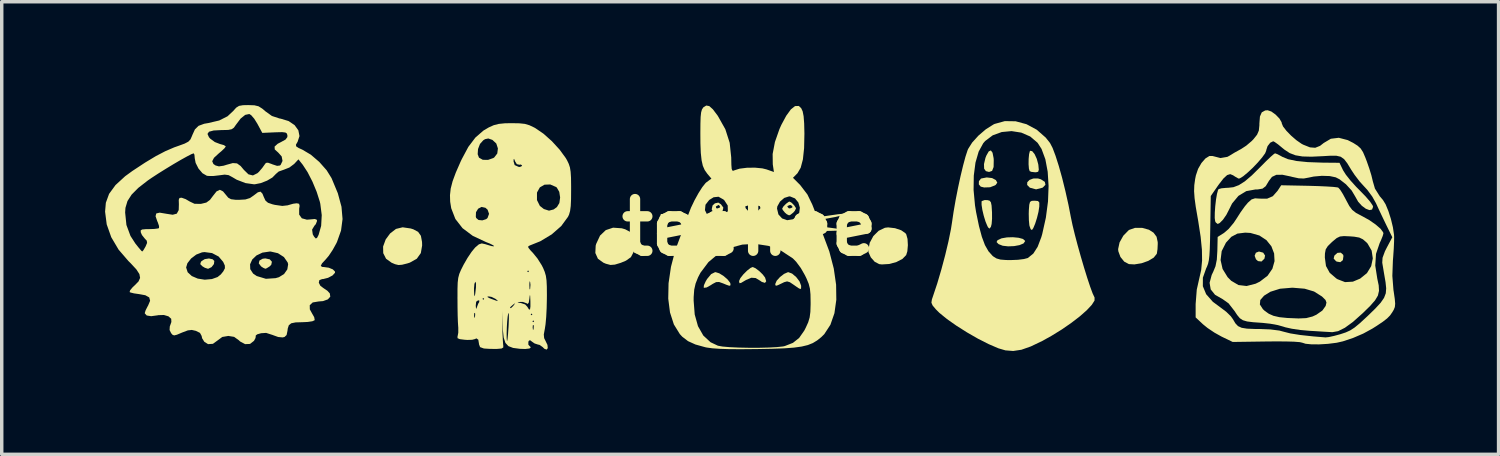
<source format=kicad_pcb>
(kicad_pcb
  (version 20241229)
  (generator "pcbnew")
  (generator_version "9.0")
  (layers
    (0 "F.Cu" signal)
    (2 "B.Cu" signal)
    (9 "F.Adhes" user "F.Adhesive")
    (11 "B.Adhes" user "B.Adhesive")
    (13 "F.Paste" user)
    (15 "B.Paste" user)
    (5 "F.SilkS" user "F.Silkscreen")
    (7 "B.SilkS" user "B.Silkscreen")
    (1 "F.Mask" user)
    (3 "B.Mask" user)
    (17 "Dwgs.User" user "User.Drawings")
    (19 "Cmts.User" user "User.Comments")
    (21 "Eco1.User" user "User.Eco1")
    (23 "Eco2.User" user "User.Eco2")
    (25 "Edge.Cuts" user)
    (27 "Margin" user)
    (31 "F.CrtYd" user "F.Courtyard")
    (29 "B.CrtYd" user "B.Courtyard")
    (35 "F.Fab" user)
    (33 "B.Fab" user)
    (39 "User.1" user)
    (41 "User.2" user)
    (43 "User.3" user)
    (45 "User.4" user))
  (footprint "teehee"
    (layer "F.Cu")
    (at 18.702 3.55)
    (property "Reference" "teehee" (at 0 0 0) (layer "F.SilkS") (effects (font (size 1.5 1.5) (thickness 0.3))))
    (attr board_only exclude_from_pos_files exclude_from_bom)
    (fp_poly (pts (xy 14.91 0.733) (xy 14.965 0.817) (xy 14.946 0.908) (xy 14.862 0.99) (xy 14.76 0.978) (xy 14.701 0.926) (xy 14.662 0.823) (xy 14.698 0.735) (xy 14.788 0.7)) (stroke (width 0) (type solid)) (fill yes) (layer "F.SilkS"))
    (fp_poly (pts (xy 17.229 0.791) (xy 17.24 0.829) (xy 17.223 0.95) (xy 17.149 1.01) (xy 17.044 0.992) (xy 17.021 0.977) (xy 16.956 0.905) (xy 16.975 0.825) (xy 16.98 0.815) (xy 17.066 0.739) (xy 17.161 0.732)) (stroke (width 0) (type solid)) (fill yes) (layer "F.SilkS"))
    (fp_poly (pts (xy -13.921 0.928) (xy -13.86 0.997) (xy -13.879 1.085) (xy -13.926 1.132) (xy -14.012 1.186) (xy -14.05 1.2) (xy -14.11 1.174) (xy -14.174 1.132) (xy -14.241 1.044) (xy -14.222 0.962) (xy -14.128 0.909) (xy -14.05 0.9)) (stroke (width 0) (type solid)) (fill yes) (layer "F.SilkS"))
    (fp_poly (pts (xy -15.579 0.926) (xy -15.532 0.974) (xy -15.543 1.064) (xy -15.612 1.153) (xy -15.706 1.199) (xy -15.719 1.2) (xy -15.806 1.172) (xy -15.876 1.13) (xy -15.94 1.066) (xy -15.921 1.002) (xy -15.904 0.98) (xy -15.81 0.921) (xy -15.687 0.902)) (stroke (width 0) (type solid)) (fill yes) (layer "F.SilkS"))
    (fp_poly (pts (xy 7.055 -2.168) (xy 7.086 -2.011) (xy 7.09 -1.951) (xy 7.086 -1.752) (xy 7.042 -1.64) (xy 6.954 -1.609) (xy 6.862 -1.633) (xy 6.811 -1.704) (xy 6.807 -1.839) (xy 6.849 -2.016) (xy 6.874 -2.081) (xy 6.945 -2.206) (xy 7.007 -2.234)) (stroke (width 0) (type solid)) (fill yes) (layer "F.SilkS"))
    (fp_poly (pts (xy 8.459 -1.396) (xy 8.572 -1.322) (xy 8.591 -1.238) (xy 8.515 -1.158) (xy 8.503 -1.152) (xy 8.319 -1.104) (xy 8.14 -1.152) (xy 8.137 -1.154) (xy 8.06 -1.232) (xy 8.063 -1.311) (xy 8.128 -1.378) (xy 8.237 -1.419) (xy 8.371 -1.421)) (stroke (width 0) (type solid)) (fill yes) (layer "F.SilkS"))
    (fp_poly (pts (xy 7.042 -1.432) (xy 7.151 -1.374) (xy 7.154 -1.37) (xy 7.193 -1.299) (xy 7.151 -1.238) (xy 7.126 -1.22) (xy 6.984 -1.165) (xy 6.811 -1.159) (xy 6.713 -1.183) (xy 6.657 -1.249) (xy 6.66 -1.342) (xy 6.718 -1.415) (xy 6.729 -1.42) (xy 6.886 -1.45)) (stroke (width 0) (type solid)) (fill yes) (layer "F.SilkS"))
    (fp_poly (pts (xy 7.811 0.301) (xy 7.937 0.335) (xy 7.998 0.388) (xy 8 0.401) (xy 7.955 0.465) (xy 7.839 0.514) (xy 7.681 0.543) (xy 7.508 0.55) (xy 7.349 0.532) (xy 7.232 0.486) (xy 7.23 0.485) (xy 7.172 0.425) (xy 7.198 0.375) (xy 7.208 0.367) (xy 7.318 0.317) (xy 7.474 0.29) (xy 7.647 0.285)) (stroke (width 0) (type solid)) (fill yes) (layer "F.SilkS"))
    (fp_poly (pts (xy 8.208 -2.211) (xy 8.277 -2.125) (xy 8.339 -1.99) (xy 8.382 -1.831) (xy 8.386 -1.802) (xy 8.398 -1.673) (xy 8.379 -1.615) (xy 8.316 -1.6) (xy 8.29 -1.6) (xy 8.182 -1.612) (xy 8.133 -1.633) (xy 8.111 -1.704) (xy 8.101 -1.834) (xy 8.103 -1.986) (xy 8.116 -2.125) (xy 8.138 -2.212) (xy 8.148 -2.224)) (stroke (width 0) (type solid)) (fill yes) (layer "F.SilkS"))
    (fp_poly (pts (xy 6.907 -0.792) (xy 6.97 -0.775) (xy 7.007 -0.73) (xy 7.027 -0.636) (xy 7.038 -0.467) (xy 7.04 -0.437) (xy 7.041 -0.252) (xy 7.029 -0.1) (xy 7.008 -0.017) (xy 6.968 0.035) (xy 6.93 0.004) (xy 6.906 -0.038) (xy 6.852 -0.168) (xy 6.801 -0.334) (xy 6.76 -0.506) (xy 6.737 -0.655) (xy 6.737 -0.749) (xy 6.744 -0.764) (xy 6.824 -0.793)) (stroke (width 0) (type solid)) (fill yes) (layer "F.SilkS"))
    (fp_poly (pts (xy 8.375 -0.766) (xy 8.413 -0.721) (xy 8.412 -0.607) (xy 8.411 -0.6) (xy 8.388 -0.449) (xy 8.345 -0.275) (xy 8.292 -0.108) (xy 8.238 0.02) (xy 8.199 0.076) (xy 8.162 0.052) (xy 8.128 -0.043) (xy 8.124 -0.061) (xy 8.11 -0.208) (xy 8.106 -0.398) (xy 8.109 -0.5) (xy 8.121 -0.657) (xy 8.143 -0.739) (xy 8.191 -0.77) (xy 8.275 -0.775)) (stroke (width 0) (type solid)) (fill yes) (layer "F.SilkS"))
    (fp_poly (pts (xy -9.833 0.031) (xy -9.756 0.055) (xy -9.617 0.129) (xy -9.536 0.244) (xy -9.503 0.423) (xy -9.5 0.524) (xy -9.538 0.745) (xy -9.655 0.909) (xy -9.856 1.022) (xy -9.931 1.046) (xy -10.084 1.084) (xy -10.187 1.092) (xy -10.286 1.068) (xy -10.387 1.025) (xy -10.547 0.91) (xy -10.629 0.748) (xy -10.633 0.555) (xy -10.558 0.35) (xy -10.43 0.176) (xy -10.259 0.044) (xy -10.066 -0.003)) (stroke (width 0) (type solid)) (fill yes) (layer "F.SilkS"))
    (fp_poly (pts (xy -3.705 0.026) (xy -3.606 0.055) (xy -3.469 0.127) (xy -3.389 0.237) (xy -3.354 0.41) (xy -3.35 0.539) (xy -3.37 0.73) (xy -3.442 0.865) (xy -3.583 0.965) (xy -3.734 1.028) (xy -3.906 1.08) (xy -4.034 1.09) (xy -4.166 1.055) (xy -4.238 1.025) (xy -4.398 0.91) (xy -4.473 0.743) (xy -4.463 0.529) (xy -4.449 0.479) (xy -4.336 0.237) (xy -4.17 0.079) (xy -3.958 0.008)) (stroke (width 0) (type solid)) (fill yes) (layer "F.SilkS"))
    (fp_poly (pts (xy 0.173 1.184) (xy 0.281 1.265) (xy 0.386 1.367) (xy 0.453 1.455) (xy 0.486 1.564) (xy 0.45 1.61) (xy 0.359 1.582) (xy 0.315 1.551) (xy 0.181 1.47) (xy 0.055 1.461) (xy -0.098 1.526) (xy -0.138 1.549) (xy -0.243 1.611) (xy -0.289 1.619) (xy -0.3 1.576) (xy -0.3 1.554) (xy -0.265 1.474) (xy -0.178 1.364) (xy -0.068 1.254) (xy 0.035 1.174) (xy 0.095 1.15)) (stroke (width 0) (type solid)) (fill yes) (layer "F.SilkS"))
    (fp_poly (pts (xy -0.877 1.332) (xy -0.752 1.41) (xy -0.636 1.51) (xy -0.562 1.605) (xy -0.55 1.645) (xy -0.555 1.686) (xy -0.586 1.694) (xy -0.667 1.666) (xy -0.764 1.626) (xy -0.882 1.584) (xy -0.968 1.588) (xy -1.071 1.642) (xy -1.119 1.674) (xy -1.242 1.743) (xy -1.318 1.753) (xy -1.328 1.745) (xy -1.321 1.677) (xy -1.268 1.562) (xy -1.229 1.497) (xy -1.112 1.356) (xy -1.001 1.301) (xy -0.98 1.3)) (stroke (width 0) (type solid)) (fill yes) (layer "F.SilkS"))
    (fp_poly (pts (xy -0.828 -0.671) (xy -0.758 -0.575) (xy -0.776 -0.489) (xy -0.829 -0.429) (xy -0.92 -0.359) (xy -0.995 -0.371) (xy -1.04 -0.41) (xy -1.096 -0.523) (xy -1.079 -0.6) (xy -0.975 -0.6) (xy -0.964 -0.557) (xy -0.928 -0.55) (xy -0.86 -0.576) (xy -0.85 -0.6) (xy -0.886 -0.649) (xy -0.897 -0.65) (xy -0.965 -0.614) (xy -0.975 -0.6) (xy -1.079 -0.6) (xy -1.07 -0.638) (xy -1.003 -0.698) (xy -0.903 -0.72)) (stroke (width 0) (type solid)) (fill yes) (layer "F.SilkS"))
    (fp_poly (pts (xy 4.225 0.023) (xy 4.404 0.083) (xy 4.527 0.169) (xy 4.551 0.202) (xy 4.588 0.335) (xy 4.598 0.515) (xy 4.583 0.692) (xy 4.549 0.803) (xy 4.44 0.915) (xy 4.265 1.005) (xy 4.055 1.062) (xy 3.842 1.075) (xy 3.763 1.065) (xy 3.634 0.997) (xy 3.522 0.87) (xy 3.456 0.721) (xy 3.45 0.667) (xy 3.49 0.448) (xy 3.596 0.251) (xy 3.75 0.098) (xy 3.932 0.011) (xy 4.024 0)) (stroke (width 0) (type solid)) (fill yes) (layer "F.SilkS"))
    (fp_poly (pts (xy 1.238 1.341) (xy 1.356 1.441) (xy 1.453 1.568) (xy 1.499 1.69) (xy 1.5 1.704) (xy 1.498 1.77) (xy 1.479 1.79) (xy 1.421 1.761) (xy 1.303 1.679) (xy 1.29 1.67) (xy 1.173 1.591) (xy 1.092 1.567) (xy 1.007 1.59) (xy 0.946 1.62) (xy 0.824 1.678) (xy 0.768 1.694) (xy 0.751 1.671) (xy 0.75 1.64) (xy 0.789 1.549) (xy 0.885 1.442) (xy 1.003 1.35) (xy 1.111 1.302) (xy 1.13 1.3)) (stroke (width 0) (type solid)) (fill yes) (layer "F.SilkS"))
    (fp_poly (pts (xy 11.396 0.013) (xy 11.595 0.068) (xy 11.728 0.153) (xy 11.816 0.271) (xy 11.849 0.426) (xy 11.85 0.48) (xy 11.843 0.632) (xy 11.826 0.749) (xy 11.82 0.77) (xy 11.732 0.878) (xy 11.575 0.972) (xy 11.378 1.041) (xy 11.172 1.074) (xy 11.013 1.065) (xy 10.878 0.994) (xy 10.767 0.858) (xy 10.706 0.692) (xy 10.7 0.631) (xy 10.742 0.436) (xy 10.851 0.241) (xy 11.002 0.086) (xy 11.024 0.071) (xy 11.192 0.013)) (stroke (width 0) (type solid)) (fill yes) (layer "F.SilkS"))
    (fp_poly (pts (xy 1.225 -0.715) (xy 1.299 -0.639) (xy 1.347 -0.565) (xy 1.35 -0.55) (xy 1.318 -0.484) (xy 1.271 -0.429) (xy 1.191 -0.366) (xy 1.15 -0.35) (xy 1.084 -0.382) (xy 1.029 -0.429) (xy 0.966 -0.507) (xy 0.95 -0.546) (xy 0.981 -0.6) (xy 1.1 -0.6) (xy 1.14 -0.556) (xy 1.175 -0.55) (xy 1.242 -0.577) (xy 1.25 -0.6) (xy 1.21 -0.644) (xy 1.175 -0.65) (xy 1.108 -0.623) (xy 1.1 -0.6) (xy 0.981 -0.6) (xy 0.984 -0.606) (xy 1.06 -0.684) (xy 1.137 -0.741) (xy 1.163 -0.75)) (stroke (width 0) (type solid)) (fill yes) (layer "F.SilkS"))
    (fp_poly (pts (xy 15.322 -2.126) (xy 15.434 -2.067) (xy 15.46 -2.051) (xy 15.629 -1.98) (xy 15.874 -1.928) (xy 16.202 -1.895) (xy 16.62 -1.88) (xy 16.675 -1.879) (xy 17.125 -1.875) (xy 17.229 -1.658) (xy 17.31 -1.53) (xy 17.444 -1.361) (xy 17.609 -1.178) (xy 17.717 -1.069) (xy 17.885 -0.896) (xy 18.013 -0.747) (xy 18.087 -0.638) (xy 18.1 -0.598) (xy 18.07 -0.518) (xy 17.994 -0.502) (xy 17.889 -0.542) (xy 17.774 -0.627) (xy 17.667 -0.745) (xy 17.586 -0.888) (xy 17.585 -0.891) (xy 17.477 -1.072) (xy 17.312 -1.252) (xy 17.127 -1.396) (xy 17.016 -1.453) (xy 16.841 -1.49) (xy 16.614 -1.497) (xy 16.376 -1.476) (xy 16.228 -1.445) (xy 16.088 -1.419) (xy 15.941 -1.425) (xy 15.747 -1.467) (xy 15.716 -1.476) (xy 15.469 -1.528) (xy 15.292 -1.526) (xy 15.165 -1.466) (xy 15.073 -1.345) (xy 15.069 -1.337) (xy 14.984 -1.196) (xy 14.891 -1.125) (xy 14.753 -1.102) (xy 14.685 -1.101) (xy 14.42 -1.053) (xy 14.192 -0.915) (xy 14.008 -0.694) (xy 13.923 -0.524) (xy 13.841 -0.364) (xy 13.743 -0.223) (xy 13.648 -0.127) (xy 13.59 -0.1) (xy 13.537 -0.14) (xy 13.517 -0.177) (xy 13.504 -0.272) (xy 13.506 -0.428) (xy 13.519 -0.615) (xy 13.541 -0.805) (xy 13.569 -0.971) (xy 13.599 -1.082) (xy 13.617 -1.112) (xy 13.701 -1.135) (xy 13.839 -1.148) (xy 13.888 -1.149) (xy 14.047 -1.167) (xy 14.205 -1.227) (xy 14.378 -1.337) (xy 14.579 -1.508) (xy 14.823 -1.749) (xy 14.843 -1.769) (xy 14.999 -1.926) (xy 15.13 -2.051) (xy 15.222 -2.13) (xy 15.255 -2.15)) (stroke (width 0) (type solid)) (fill yes) (layer "F.SilkS"))
    (fp_poly (pts (xy 7.726 -3.08) (xy 8.041 -2.995) (xy 8.338 -2.835) (xy 8.599 -2.606) (xy 8.723 -2.45) (xy 8.798 -2.306) (xy 8.884 -2.078) (xy 8.978 -1.783) (xy 9.075 -1.437) (xy 9.17 -1.053) (xy 9.26 -0.649) (xy 9.328 -0.299) (xy 9.376 -0.07) (xy 9.444 0.21) (xy 9.526 0.521) (xy 9.617 0.846) (xy 9.711 1.166) (xy 9.803 1.463) (xy 9.888 1.719) (xy 9.96 1.915) (xy 10.015 2.033) (xy 10.017 2.037) (xy 10.015 2.124) (xy 9.935 2.249) (xy 9.789 2.405) (xy 9.588 2.582) (xy 9.342 2.771) (xy 9.063 2.964) (xy 8.76 3.151) (xy 8.494 3.298) (xy 8.166 3.455) (xy 7.893 3.551) (xy 7.654 3.587) (xy 7.429 3.569) (xy 7.225 3.509) (xy 6.944 3.388) (xy 6.632 3.23) (xy 6.312 3.046) (xy 6.004 2.851) (xy 5.73 2.658) (xy 5.512 2.48) (xy 5.408 2.376) (xy 5.316 2.266) (xy 5.281 2.185) (xy 5.295 2.091) (xy 5.33 1.988) (xy 5.451 1.625) (xy 5.57 1.221) (xy 5.681 0.805) (xy 5.776 0.405) (xy 5.848 0.051) (xy 5.879 -0.146) (xy 5.925 -0.456) (xy 5.984 -0.796) (xy 6.041 -1.085) (xy 6.505 -1.085) (xy 6.546 -0.641) (xy 6.578 -0.443) (xy 6.661 -0.041) (xy 6.745 0.273) (xy 6.835 0.514) (xy 6.937 0.693) (xy 7.054 0.824) (xy 7.081 0.846) (xy 7.172 0.902) (xy 7.285 0.934) (xy 7.449 0.947) (xy 7.594 0.948) (xy 7.794 0.94) (xy 7.967 0.918) (xy 8.077 0.889) (xy 8.083 0.886) (xy 8.239 0.759) (xy 8.365 0.562) (xy 8.471 0.283) (xy 8.497 0.194) (xy 8.603 -0.282) (xy 8.665 -0.753) (xy 8.682 -1.202) (xy 8.656 -1.615) (xy 8.588 -1.978) (xy 8.478 -2.276) (xy 8.363 -2.455) (xy 8.149 -2.638) (xy 7.89 -2.751) (xy 7.607 -2.795) (xy 7.323 -2.768) (xy 7.061 -2.673) (xy 6.841 -2.508) (xy 6.784 -2.441) (xy 6.652 -2.199) (xy 6.56 -1.881) (xy 6.511 -1.504) (xy 6.505 -1.085) (xy 6.041 -1.085) (xy 6.053 -1.146) (xy 6.126 -1.485) (xy 6.2 -1.793) (xy 6.269 -2.05) (xy 6.329 -2.234) (xy 6.345 -2.274) (xy 6.464 -2.463) (xy 6.646 -2.664) (xy 6.861 -2.848) (xy 7.08 -2.986) (xy 7.115 -3.003) (xy 7.412 -3.085)) (stroke (width 0) (type solid)) (fill yes) (layer "F.SilkS"))
    (fp_poly (pts (xy 16.229 -1.207) (xy 16.505 -1.199) (xy 16.747 -1.188) (xy 16.939 -1.176) (xy 17.059 -1.162) (xy 17.09 -1.154) (xy 17.144 -1.094) (xy 17.223 -0.969) (xy 17.311 -0.806) (xy 17.315 -0.797) (xy 17.409 -0.622) (xy 17.496 -0.506) (xy 17.606 -0.42) (xy 17.773 -0.331) (xy 17.786 -0.325) (xy 17.993 -0.21) (xy 18.175 -0.083) (xy 18.315 0.038) (xy 18.391 0.14) (xy 18.4 0.175) (xy 18.379 0.25) (xy 18.327 0.378) (xy 18.292 0.453) (xy 18.185 0.767) (xy 18.163 1.108) (xy 18.222 1.487) (xy 18.263 1.683) (xy 18.272 1.84) (xy 18.24 1.978) (xy 18.157 2.117) (xy 18.016 2.278) (xy 17.808 2.482) (xy 17.795 2.494) (xy 17.516 2.743) (xy 17.282 2.913) (xy 17.086 3.011) (xy 16.918 3.041) (xy 16.9 3.04) (xy 16.798 3.034) (xy 16.625 3.024) (xy 16.407 3.01) (xy 16.25 3.001) (xy 15.985 2.977) (xy 15.741 2.941) (xy 15.552 2.899) (xy 15.5 2.882) (xy 15.337 2.836) (xy 15.119 2.796) (xy 14.891 2.771) (xy 14.875 2.77) (xy 14.62 2.752) (xy 14.443 2.73) (xy 14.321 2.694) (xy 14.233 2.636) (xy 14.157 2.545) (xy 14.078 2.426) (xy 13.931 2.237) (xy 14.814 2.237) (xy 14.902 2.373) (xy 14.954 2.421) (xy 15.073 2.506) (xy 15.209 2.566) (xy 15.382 2.606) (xy 15.612 2.629) (xy 15.921 2.642) (xy 15.93 2.643) (xy 16.158 2.633) (xy 16.342 2.586) (xy 16.455 2.534) (xy 16.629 2.412) (xy 16.723 2.28) (xy 16.724 2.277) (xy 16.747 2.181) (xy 16.719 2.106) (xy 16.627 2.015) (xy 16.61 2.001) (xy 16.386 1.86) (xy 16.113 1.779) (xy 15.773 1.751) (xy 15.744 1.751) (xy 15.398 1.78) (xy 15.119 1.868) (xy 14.936 1.982) (xy 14.826 2.108) (xy 14.814 2.237) (xy 13.931 2.237) (xy 13.906 2.205) (xy 13.735 2.083) (xy 13.731 2.081) (xy 13.512 1.955) (xy 13.387 1.799) (xy 13.355 1.608) (xy 13.416 1.38) (xy 13.461 1.286) (xy 13.526 1.128) (xy 13.562 0.948) (xy 13.674 0.948) (xy 13.732 1.206) (xy 13.878 1.444) (xy 13.982 1.549) (xy 14.192 1.673) (xy 14.429 1.701) (xy 14.691 1.634) (xy 14.815 1.573) (xy 15.038 1.403) (xy 15.178 1.199) (xy 15.24 0.979) (xy 15.234 0.874) (xy 16.7 0.874) (xy 16.733 1.121) (xy 16.841 1.317) (xy 17.034 1.483) (xy 17.071 1.505) (xy 17.286 1.588) (xy 17.513 1.575) (xy 17.725 1.486) (xy 17.922 1.327) (xy 18.045 1.124) (xy 18.092 0.899) (xy 18.058 0.674) (xy 17.94 0.469) (xy 17.907 0.434) (xy 17.805 0.346) (xy 17.699 0.295) (xy 17.551 0.269) (xy 17.433 0.26) (xy 17.255 0.252) (xy 17.139 0.264) (xy 17.045 0.309) (xy 16.937 0.398) (xy 16.906 0.425) (xy 16.786 0.542) (xy 16.725 0.638) (xy 16.703 0.757) (xy 16.7 0.874) (xy 15.234 0.874) (xy 15.228 0.757) (xy 15.148 0.548) (xy 15.004 0.369) (xy 14.8 0.235) (xy 14.541 0.161) (xy 14.389 0.152) (xy 14.162 0.18) (xy 13.986 0.273) (xy 13.83 0.443) (xy 13.706 0.688) (xy 13.674 0.948) (xy 13.562 0.948) (xy 13.564 0.943) (xy 13.579 0.697) (xy 13.58 0.676) (xy 13.589 0.277) (xy 13.774 0.16) (xy 13.91 0.042) (xy 14.056 -0.133) (xy 14.142 -0.263) (xy 14.257 -0.443) (xy 14.376 -0.609) (xy 14.465 -0.716) (xy 14.572 -0.811) (xy 14.674 -0.844) (xy 14.809 -0.835) (xy 15.025 -0.834) (xy 15.189 -0.905) (xy 15.327 -1.061) (xy 15.329 -1.064) (xy 15.433 -1.223)) (stroke (width 0) (type solid)) (fill yes) (layer "F.SilkS"))
    (fp_poly (pts (xy 15.148 -3.363) (xy 15.272 -3.273) (xy 15.382 -3.159) (xy 15.445 -3.05) (xy 15.45 -3.019) (xy 15.487 -2.929) (xy 15.585 -2.803) (xy 15.721 -2.663) (xy 15.874 -2.531) (xy 16.022 -2.428) (xy 16.07 -2.402) (xy 16.268 -2.323) (xy 16.421 -2.311) (xy 16.561 -2.367) (xy 16.667 -2.45) (xy 16.874 -2.573) (xy 17.105 -2.601) (xy 17.363 -2.534) (xy 17.524 -2.452) (xy 17.651 -2.371) (xy 17.739 -2.291) (xy 17.808 -2.184) (xy 17.877 -2.023) (xy 17.918 -1.915) (xy 17.99 -1.708) (xy 18.05 -1.514) (xy 18.085 -1.37) (xy 18.089 -1.35) (xy 18.154 -1.126) (xy 18.294 -0.904) (xy 18.385 -0.797) (xy 18.463 -0.671) (xy 18.543 -0.477) (xy 18.617 -0.246) (xy 18.675 -0.006) (xy 18.707 0.21) (xy 18.711 0.273) (xy 18.709 0.413) (xy 18.7 0.618) (xy 18.684 0.853) (xy 18.675 0.965) (xy 18.659 1.408) (xy 18.691 1.814) (xy 18.7 1.872) (xy 18.73 2.079) (xy 18.741 2.215) (xy 18.732 2.31) (xy 18.699 2.392) (xy 18.657 2.463) (xy 18.592 2.556) (xy 18.507 2.642) (xy 18.385 2.737) (xy 18.205 2.858) (xy 18.075 2.94) (xy 17.814 3.082) (xy 17.516 3.21) (xy 17.224 3.307) (xy 17.043 3.348) (xy 16.788 3.38) (xy 16.537 3.395) (xy 16.312 3.394) (xy 16.14 3.377) (xy 16.05 3.348) (xy 15.972 3.33) (xy 15.804 3.317) (xy 15.555 3.31) (xy 15.236 3.309) (xy 15 3.311) (xy 14.025 3.325) (xy 13.7 3.168) (xy 13.496 3.054) (xy 13.295 2.919) (xy 13.162 2.811) (xy 12.95 2.612) (xy 12.95 2.224) (xy 12.983 1.804) (xy 13.005 1.707) (xy 13.159 1.707) (xy 13.255 1.939) (xy 13.449 2.159) (xy 13.68 2.33) (xy 13.838 2.449) (xy 13.97 2.578) (xy 14.032 2.664) (xy 14.103 2.784) (xy 14.18 2.865) (xy 14.286 2.914) (xy 14.441 2.939) (xy 14.666 2.948) (xy 14.781 2.948) (xy 15.116 2.961) (xy 15.379 2.994) (xy 15.506 3.028) (xy 15.699 3.077) (xy 15.987 3.123) (xy 16.367 3.164) (xy 16.72 3.193) (xy 16.814 3.183) (xy 16.969 3.149) (xy 17.153 3.099) (xy 17.153 3.099) (xy 17.307 3.048) (xy 17.437 2.989) (xy 17.563 2.907) (xy 17.71 2.786) (xy 17.9 2.611) (xy 17.94 2.574) (xy 18.163 2.357) (xy 18.319 2.188) (xy 18.418 2.045) (xy 18.469 1.911) (xy 18.48 1.766) (xy 18.462 1.591) (xy 18.449 1.516) (xy 18.415 1.318) (xy 18.385 1.137) (xy 18.366 1.025) (xy 18.375 0.881) (xy 18.444 0.693) (xy 18.501 0.581) (xy 18.658 0.286) (xy 18.483 -0.069) (xy 18.378 -0.288) (xy 18.27 -0.515) (xy 18.185 -0.7) (xy 18.075 -0.896) (xy 17.932 -1.09) (xy 17.853 -1.175) (xy 17.712 -1.33) (xy 17.563 -1.525) (xy 17.464 -1.675) (xy 17.351 -1.861) (xy 17.258 -1.982) (xy 17.16 -2.051) (xy 17.034 -2.08) (xy 16.853 -2.08) (xy 16.649 -2.068) (xy 16.311 -2.052) (xy 16.05 -2.059) (xy 15.847 -2.093) (xy 15.68 -2.157) (xy 15.529 -2.256) (xy 15.471 -2.303) (xy 15.344 -2.408) (xy 15.244 -2.479) (xy 15.201 -2.5) (xy 15.115 -2.458) (xy 15.038 -2.359) (xy 15 -2.245) (xy 15 -2.233) (xy 14.967 -2.151) (xy 14.878 -2.028) (xy 14.753 -1.882) (xy 14.608 -1.73) (xy 14.46 -1.592) (xy 14.329 -1.483) (xy 14.23 -1.422) (xy 14.192 -1.418) (xy 14.096 -1.473) (xy 14.037 -1.512) (xy 13.954 -1.546) (xy 13.865 -1.519) (xy 13.759 -1.422) (xy 13.624 -1.248) (xy 13.582 -1.189) (xy 13.389 -0.911) (xy 13.374 0.037) (xy 13.368 0.375) (xy 13.36 0.63) (xy 13.349 0.818) (xy 13.333 0.954) (xy 13.31 1.057) (xy 13.278 1.142) (xy 13.255 1.19) (xy 13.16 1.459) (xy 13.159 1.707) (xy 13.005 1.707) (xy 13.054 1.488) (xy 13.111 1.237) (xy 13.137 0.962) (xy 13.132 0.646) (xy 13.095 0.272) (xy 13.026 -0.176) (xy 13.009 -0.275) (xy 12.953 -0.599) (xy 12.919 -0.849) (xy 12.905 -1.05) (xy 12.911 -1.226) (xy 12.935 -1.4) (xy 12.957 -1.509) (xy 13.021 -1.699) (xy 13.119 -1.869) (xy 13.234 -2.001) (xy 13.35 -2.073) (xy 13.438 -2.073) (xy 13.67 -2.013) (xy 13.87 -2.047) (xy 13.935 -2.082) (xy 14.075 -2.168) (xy 14.238 -2.258) (xy 14.265 -2.272) (xy 14.417 -2.371) (xy 14.575 -2.505) (xy 14.628 -2.559) (xy 14.733 -2.691) (xy 14.784 -2.809) (xy 14.8 -2.965) (xy 14.8 -3.015) (xy 14.816 -3.218) (xy 14.869 -3.339) (xy 14.968 -3.394) (xy 15.04 -3.4)) (stroke (width 0) (type solid)) (fill yes) (layer "F.SilkS"))
    (fp_poly (pts (xy -1.166 -3.521) (xy -1.062 -3.428) (xy -0.929 -3.252) (xy -0.916 -3.233) (xy -0.7 -2.849) (xy -0.574 -2.456) (xy -0.529 -2.028) (xy -0.529 -2.017) (xy -0.525 -1.818) (xy -0.516 -1.701) (xy -0.496 -1.649) (xy -0.462 -1.645) (xy -0.437 -1.657) (xy -0.285 -1.705) (xy -0.073 -1.731) (xy 0.16 -1.734) (xy 0.375 -1.713) (xy 0.493 -1.684) (xy 0.71 -1.608) (xy 0.677 -1.83) (xy 0.673 -2.13) (xy 0.739 -2.478) (xy 0.87 -2.852) (xy 0.925 -2.975) (xy 1.068 -3.241) (xy 1.202 -3.425) (xy 1.323 -3.521) (xy 1.426 -3.525) (xy 1.439 -3.519) (xy 1.501 -3.461) (xy 1.544 -3.369) (xy 1.572 -3.226) (xy 1.588 -3.017) (xy 1.595 -2.723) (xy 1.595 -2.719) (xy 1.586 -2.3) (xy 1.551 -1.973) (xy 1.487 -1.732) (xy 1.394 -1.572) (xy 1.38 -1.558) (xy 1.263 -1.44) (xy 1.473 -1.229) (xy 1.682 -0.955) (xy 1.826 -0.657) (xy 1.968 -0.294) (xy 2.159 -0.322) (xy 2.341 -0.349) (xy 2.537 -0.377) (xy 2.562 -0.381) (xy 2.698 -0.395) (xy 2.748 -0.389) (xy 2.723 -0.367) (xy 2.634 -0.337) (xy 2.493 -0.302) (xy 2.363 -0.278) (xy 2.18 -0.244) (xy 2.077 -0.21) (xy 2.032 -0.167) (xy 2.025 -0.124) (xy 2.04 -0.066) (xy 2.1 -0.029) (xy 2.227 -0.004) (xy 2.314 0.006) (xy 2.507 0.032) (xy 2.61 0.058) (xy 2.619 0.08) (xy 2.534 0.095) (xy 2.378 0.1) (xy 2.217 0.103) (xy 2.136 0.118) (xy 2.116 0.15) (xy 2.127 0.188) (xy 2.318 0.698) (xy 2.447 1.193) (xy 2.515 1.664) (xy 2.521 2.1) (xy 2.466 2.491) (xy 2.349 2.827) (xy 2.172 3.098) (xy 2.084 3.185) (xy 1.964 3.281) (xy 1.839 3.357) (xy 1.694 3.415) (xy 1.516 3.458) (xy 1.292 3.489) (xy 1.009 3.51) (xy 0.652 3.523) (xy 0.21 3.531) (xy 0.2 3.531) (xy -0.239 3.535) (xy -0.589 3.533) (xy -0.865 3.524) (xy -1.077 3.509) (xy -1.238 3.487) (xy -1.282 3.478) (xy -1.569 3.398) (xy -1.783 3.301) (xy -1.95 3.173) (xy -2.021 3.096) (xy -2.194 2.816) (xy -2.306 2.469) (xy -2.35 2.125) (xy -1.62 2.125) (xy -1.589 2.527) (xy -1.494 2.867) (xy -1.34 3.138) (xy -1.129 3.333) (xy -0.915 3.434) (xy -0.782 3.458) (xy -0.572 3.476) (xy -0.31 3.488) (xy -0.018 3.494) (xy 0.279 3.494) (xy 0.56 3.487) (xy 0.799 3.474) (xy 0.974 3.455) (xy 1.025 3.444) (xy 1.262 3.351) (xy 1.442 3.208) (xy 1.591 2.995) (xy 1.634 2.911) (xy 1.705 2.755) (xy 1.747 2.614) (xy 1.768 2.453) (xy 1.775 2.237) (xy 1.775 2.174) (xy 1.771 1.944) (xy 1.755 1.777) (xy 1.719 1.635) (xy 1.655 1.48) (xy 1.61 1.388) (xy 1.491 1.18) (xy 1.356 0.998) (xy 1.26 0.9) (xy 0.919 0.676) (xy 0.551 0.536) (xy 0.172 0.478) (xy -0.207 0.499) (xy -0.569 0.596) (xy -0.902 0.766) (xy -1.19 1.007) (xy -1.422 1.316) (xy -1.492 1.45) (xy -1.563 1.629) (xy -1.603 1.805) (xy -1.619 2.02) (xy -1.62 2.125) (xy -2.35 2.125) (xy -2.357 2.067) (xy -2.348 1.622) (xy -2.278 1.145) (xy -2.148 0.648) (xy -1.977 0.188) (xy -1.967 0.138) (xy -2.003 0.112) (xy -2.107 0.101) (xy -2.228 0.1) (xy -2.399 0.094) (xy -2.473 0.078) (xy -2.453 0.055) (xy -2.34 0.029) (xy -2.164 0.006) (xy -1.999 -0.017) (xy -1.911 -0.047) (xy -1.878 -0.094) (xy -1.875 -0.124) (xy -1.89 -0.18) (xy -1.948 -0.219) (xy -2.071 -0.253) (xy -2.213 -0.278) (xy -2.388 -0.311) (xy -2.523 -0.346) (xy -2.588 -0.373) (xy -2.565 -0.389) (xy -2.456 -0.386) (xy -2.271 -0.365) (xy -2.023 -0.327) (xy -1.963 -0.317) (xy -1.843 -0.31) (xy -1.785 -0.35) (xy -1.771 -0.382) (xy -1.725 -0.5) (xy -1.292 -0.5) (xy -1.213 -0.341) (xy -1.191 -0.316) (xy -1.045 -0.218) (xy -0.888 -0.218) (xy -0.731 -0.315) (xy -0.718 -0.328) (xy -0.627 -0.477) (xy -0.63 -0.603) (xy -0.123 -0.603) (xy -0.106 -0.55) (xy -0.038 -0.478) (xy 0.046 -0.418) (xy 0.1 -0.4) (xy 0.157 -0.426) (xy 0.24 -0.478) (xy 0.307 -0.546) (xy 0.8 -0.546) (xy 0.841 -0.376) (xy 0.948 -0.26) (xy 1.095 -0.209) (xy 1.258 -0.235) (xy 1.353 -0.292) (xy 1.444 -0.42) (xy 1.463 -0.573) (xy 1.419 -0.723) (xy 1.322 -0.841) (xy 1.182 -0.898) (xy 1.151 -0.9) (xy 1.011 -0.856) (xy 0.886 -0.748) (xy 0.809 -0.61) (xy 0.8 -0.546) (xy 0.307 -0.546) (xy 0.319 -0.558) (xy 0.303 -0.615) (xy 0.194 -0.646) (xy 0.1 -0.65) (xy -0.032 -0.639) (xy -0.114 -0.612) (xy -0.123 -0.603) (xy -0.63 -0.603) (xy -0.631 -0.635) (xy -0.729 -0.786) (xy -0.758 -0.812) (xy -0.898 -0.89) (xy -1.04 -0.875) (xy -1.168 -0.796) (xy -1.276 -0.658) (xy -1.292 -0.5) (xy -1.725 -0.5) (xy -1.697 -0.572) (xy -1.595 -0.785) (xy -1.481 -0.992) (xy -1.369 -1.168) (xy -1.274 -1.287) (xy -1.249 -1.309) (xy -1.104 -1.416) (xy -1.225 -1.559) (xy -1.299 -1.664) (xy -1.353 -1.787) (xy -1.389 -1.947) (xy -1.412 -2.159) (xy -1.423 -2.44) (xy -1.425 -2.736) (xy -1.423 -3.012) (xy -1.417 -3.207) (xy -1.403 -3.337) (xy -1.38 -3.42) (xy -1.346 -3.474) (xy -1.337 -3.485) (xy -1.254 -3.537)) (stroke (width 0) (type solid)) (fill yes) (layer "F.SilkS"))
    (fp_poly (pts (xy -6.677 -3.021) (xy -6.517 -3.004) (xy -6.386 -2.965) (xy -6.247 -2.899) (xy -6.213 -2.88) (xy -5.979 -2.72) (xy -5.734 -2.502) (xy -5.509 -2.256) (xy -5.333 -2.015) (xy -5.294 -1.948) (xy -5.244 -1.843) (xy -5.21 -1.739) (xy -5.19 -1.613) (xy -5.179 -1.44) (xy -5.176 -1.198) (xy -5.176 -1.1) (xy -5.178 -0.82) (xy -5.187 -0.62) (xy -5.206 -0.477) (xy -5.236 -0.371) (xy -5.267 -0.306) (xy -5.463 -0.039) (xy -5.738 0.202) (xy -6.07 0.402) (xy -6.371 0.523) (xy -6.42 0.548) (xy -6.417 0.59) (xy -6.354 0.668) (xy -6.286 0.739) (xy -6.154 0.901) (xy -6.031 1.095) (xy -5.99 1.175) (xy -5.942 1.29) (xy -5.909 1.404) (xy -5.89 1.538) (xy -5.881 1.717) (xy -5.879 1.964) (xy -5.88 2.075) (xy -5.886 2.343) (xy -5.899 2.597) (xy -5.918 2.808) (xy -5.939 2.948) (xy -5.94 2.95) (xy -5.969 3.108) (xy -5.959 3.214) (xy -5.923 3.286) (xy -5.863 3.41) (xy -5.854 3.503) (xy -5.886 3.547) (xy -5.953 3.522) (xy -6 3.475) (xy -6.09 3.411) (xy -6.14 3.4) (xy -6.237 3.368) (xy -6.302 3.323) (xy -6.37 3.272) (xy -6.405 3.295) (xy -6.417 3.321) (xy -6.417 3.403) (xy -6.398 3.426) (xy -6.345 3.48) (xy -6.384 3.515) (xy -6.508 3.529) (xy -6.662 3.524) (xy -6.86 3.498) (xy -6.996 3.446) (xy -7.083 3.352) (xy -7.133 3.198) (xy -7.147 3.064) (xy -7.047 3.064) (xy -7.047 3.202) (xy -7.041 3.285) (xy -7.032 3.296) (xy -7.021 3.24) (xy -7.008 3.108) (xy -6.995 2.923) (xy -6.993 2.9) (xy -6.292 2.9) (xy -6.284 2.971) (xy -6.267 2.962) (xy -6.26 2.86) (xy -6.267 2.837) (xy -6.285 2.831) (xy -6.292 2.9) (xy -6.993 2.9) (xy -6.989 2.825) (xy -6.985 2.725) (xy -6.3 2.725) (xy -6.275 2.75) (xy -6.25 2.725) (xy -6.275 2.7) (xy -6.3 2.725) (xy -6.985 2.725) (xy -6.982 2.644) (xy -6.984 2.526) (xy -6.984 2.525) (xy -6.35 2.525) (xy -6.325 2.55) (xy -6.3 2.525) (xy -6.325 2.5) (xy -6.35 2.525) (xy -6.984 2.525) (xy -6.993 2.483) (xy -7.002 2.5) (xy -7.018 2.591) (xy -7.032 2.732) (xy -7.042 2.899) (xy -7.047 3.064) (xy -7.147 3.064) (xy -7.158 2.968) (xy -7.164 2.85) (xy -7.182 2.425) (xy -7.173 2.875) (xy -7.167 3.088) (xy -7.158 3.272) (xy -7.149 3.397) (xy -7.145 3.424) (xy -7.145 3.485) (xy -7.195 3.515) (xy -7.316 3.526) (xy -7.35 3.527) (xy -7.524 3.526) (xy -7.68 3.517) (xy -7.713 3.513) (xy -7.818 3.475) (xy -7.85 3.39) (xy -7.85 3.38) (xy -7.87 3.259) (xy -7.925 3.221) (xy -7.97 3.242) (xy -8.049 3.262) (xy -8.188 3.266) (xy -8.266 3.261) (xy -8.409 3.243) (xy -8.472 3.215) (xy -8.474 3.168) (xy -8.47 3.157) (xy -8.451 3.056) (xy -8.451 2.909) (xy -8.454 2.875) (xy -8.462 2.746) (xy -8.469 2.55) (xy -7.992 2.55) (xy -7.984 2.621) (xy -7.967 2.612) (xy -7.96 2.51) (xy -7.967 2.487) (xy -7.985 2.481) (xy -7.992 2.55) (xy -8.469 2.55) (xy -8.469 2.546) (xy -8.473 2.301) (xy -8.473 2.271) (xy -7.944 2.271) (xy -7.936 2.359) (xy -7.92 2.348) (xy -7.916 2.331) (xy -6.95 2.331) (xy -6.926 2.346) (xy -6.859 2.282) (xy -6.844 2.263) (xy -6.8 2.203) (xy -6.826 2.216) (xy -6.862 2.244) (xy -6.932 2.305) (xy -6.95 2.331) (xy -7.916 2.331) (xy -7.914 2.325) (xy -7.873 2.215) (xy -7.851 2.18) (xy -6.731 2.18) (xy -6.709 2.189) (xy -6.639 2.193) (xy -6.51 2.236) (xy -6.45 2.3) (xy -6.399 2.381) (xy -6.369 2.381) (xy -6.357 2.295) (xy -6.358 2.138) (xy -6.364 2) (xy -6.37 1.956) (xy -6.38 2.003) (xy -6.387 2.066) (xy -6.406 2.185) (xy -6.436 2.221) (xy -6.475 2.2) (xy -6.577 2.163) (xy -6.66 2.164) (xy -6.731 2.18) (xy -7.851 2.18) (xy -7.845 2.171) (xy -7.839 2.124) (xy -7.876 2.117) (xy -7.932 2.157) (xy -7.944 2.271) (xy -8.473 2.271) (xy -8.474 2.075) (xy -7.75 2.075) (xy -7.725 2.1) (xy -7.7 2.075) (xy -7.725 2.05) (xy -7.75 2.075) (xy -8.474 2.075) (xy -8.475 2.05) (xy -8.474 2.015) (xy -7.612 2.015) (xy -7.558 2.049) (xy -7.5 2.072) (xy -7.361 2.123) (xy -7.304 2.138) (xy -7.318 2.116) (xy -7.372 2.073) (xy -7.491 2.016) (xy -7.572 2.003) (xy -7.612 2.015) (xy -8.474 2.015) (xy -8.474 1.84) (xy -7.994 1.84) (xy -7.987 1.97) (xy -7.976 2) (xy -7.96 1.933) (xy -7.941 1.768) (xy -7.938 1.741) (xy -7.937 1.675) (xy -6.387 1.675) (xy -6.383 1.778) (xy -6.372 1.804) (xy -6.366 1.788) (xy -6.356 1.668) (xy -6.365 1.588) (xy -6.378 1.56) (xy -6.386 1.62) (xy -6.387 1.675) (xy -7.937 1.675) (xy -7.936 1.629) (xy -7.953 1.58) (xy -7.96 1.581) (xy -7.983 1.642) (xy -7.994 1.766) (xy -7.994 1.84) (xy -8.474 1.84) (xy -8.474 1.789) (xy -8.468 1.602) (xy -8.452 1.465) (xy -8.422 1.35) (xy -8.39 1.275) (xy -6.45 1.275) (xy -6.425 1.3) (xy -6.4 1.275) (xy -6.425 1.25) (xy -6.45 1.275) (xy -8.39 1.275) (xy -8.372 1.233) (xy -8.299 1.088) (xy -8.292 1.075) (xy -8.182 0.884) (xy -8.065 0.71) (xy -7.965 0.588) (xy -7.958 0.581) (xy -7.853 0.492) (xy -7.77 0.465) (xy -7.666 0.487) (xy -7.646 0.494) (xy -7.486 0.542) (xy -7.414 0.55) (xy -7.43 0.523) (xy -7.534 0.47) (xy -7.645 0.426) (xy -8.031 0.245) (xy -8.327 0.023) (xy -8.535 -0.244) (xy -8.561 -0.31) (xy -7.942 -0.31) (xy -7.931 -0.272) (xy -7.863 -0.215) (xy -7.752 -0.204) (xy -7.642 -0.239) (xy -7.602 -0.273) (xy -7.558 -0.393) (xy -7.6 -0.513) (xy -7.662 -0.569) (xy -7.775 -0.594) (xy -7.874 -0.543) (xy -7.937 -0.441) (xy -7.942 -0.31) (xy -8.561 -0.31) (xy -8.656 -0.556) (xy -8.686 -0.743) (xy -8.688 -0.793) (xy -6.167 -0.793) (xy -6.083 -0.624) (xy -5.967 -0.533) (xy -5.818 -0.486) (xy -5.683 -0.521) (xy -5.588 -0.59) (xy -5.517 -0.708) (xy -5.495 -0.869) (xy -5.52 -1.032) (xy -5.591 -1.155) (xy -5.611 -1.172) (xy -5.782 -1.246) (xy -5.948 -1.24) (xy -6.083 -1.162) (xy -6.163 -1.02) (xy -6.167 -1.002) (xy -6.167 -0.793) (xy -8.688 -0.793) (xy -8.692 -0.935) (xy -8.671 -1.126) (xy -8.616 -1.339) (xy -8.523 -1.591) (xy -8.385 -1.906) (xy -8.38 -1.917) (xy -6.847 -1.917) (xy -6.815 -1.809) (xy -6.705 -1.759) (xy -6.662 -1.754) (xy -6.605 -1.781) (xy -6.6 -1.798) (xy -6.637 -1.826) (xy -6.675 -1.818) (xy -6.751 -1.835) (xy -6.797 -1.907) (xy -6.831 -1.988) (xy -6.844 -1.977) (xy -6.847 -1.917) (xy -8.38 -1.917) (xy -8.35 -1.98) (xy -8.273 -2.124) (xy -7.888 -2.124) (xy -7.85 -2.024) (xy -7.74 -1.962) (xy -7.588 -1.959) (xy -7.434 -2.013) (xy -7.408 -2.03) (xy -7.319 -2.145) (xy -7.301 -2.292) (xy -7.348 -2.435) (xy -7.459 -2.538) (xy -7.465 -2.541) (xy -7.58 -2.581) (xy -7.673 -2.561) (xy -7.725 -2.529) (xy -7.821 -2.422) (xy -7.878 -2.274) (xy -7.888 -2.124) (xy -8.273 -2.124) (xy -8.159 -2.337) (xy -7.954 -2.608) (xy -7.723 -2.809) (xy -7.566 -2.902) (xy -7.421 -2.967) (xy -7.275 -3.004) (xy -7.095 -3.022) (xy -6.9 -3.025)) (stroke (width 0) (type solid)) (fill yes) (layer "F.SilkS"))
    (fp_poly (pts (xy -14.369 -3.544) (xy -14.248 -3.515) (xy -14.14 -3.447) (xy -14.054 -3.373) (xy -13.86 -3.234) (xy -13.642 -3.162) (xy -13.602 -3.155) (xy -13.375 -3.086) (xy -13.201 -2.968) (xy -13.093 -2.818) (xy -13.06 -2.651) (xy -13.115 -2.483) (xy -13.12 -2.475) (xy -13.163 -2.401) (xy -13.156 -2.352) (xy -13.085 -2.305) (xy -12.976 -2.256) (xy -12.73 -2.11) (xy -12.485 -1.9) (xy -12.272 -1.659) (xy -12.13 -1.431) (xy -11.947 -0.991) (xy -11.841 -0.6) (xy -11.81 -0.243) (xy -11.854 0.092) (xy -11.971 0.422) (xy -11.993 0.467) (xy -12.096 0.653) (xy -12.21 0.824) (xy -12.297 0.927) (xy -12.408 1.047) (xy -12.442 1.117) (xy -12.402 1.147) (xy -12.353 1.15) (xy -12.21 1.17) (xy -12.093 1.218) (xy -12.03 1.281) (xy -12.029 1.317) (xy -12.101 1.395) (xy -12.23 1.463) (xy -12.372 1.499) (xy -12.402 1.5) (xy -12.483 1.531) (xy -12.499 1.606) (xy -12.454 1.694) (xy -12.367 1.76) (xy -12.25 1.839) (xy -12.18 1.915) (xy -12.166 2.011) (xy -12.237 2.089) (xy -12.376 2.139) (xy -12.508 2.15) (xy -12.676 2.178) (xy -12.762 2.258) (xy -12.76 2.379) (xy -12.696 2.495) (xy -12.633 2.605) (xy -12.618 2.687) (xy -12.622 2.695) (xy -12.686 2.724) (xy -12.82 2.744) (xy -12.965 2.751) (xy -13.172 2.757) (xy -13.3 2.783) (xy -13.369 2.839) (xy -13.401 2.938) (xy -13.408 3) (xy -13.434 3.124) (xy -13.494 3.18) (xy -13.549 3.193) (xy -13.678 3.181) (xy -13.823 3.129) (xy -13.834 3.124) (xy -14.028 3.062) (xy -14.173 3.071) (xy -14.283 3.102) (xy -14.33 3.137) (xy -14.328 3.144) (xy -14.336 3.21) (xy -14.38 3.292) (xy -14.495 3.382) (xy -14.638 3.388) (xy -14.783 3.311) (xy -14.821 3.275) (xy -14.957 3.177) (xy -15.125 3.15) (xy -15.301 3.18) (xy -15.429 3.275) (xy -15.572 3.379) (xy -15.713 3.388) (xy -15.821 3.321) (xy -15.886 3.217) (xy -15.9 3.15) (xy -15.948 3.062) (xy -16.066 3.003) (xy -16.185 2.976) (xy -16.301 2.989) (xy -16.455 3.047) (xy -16.475 3.055) (xy -16.617 3.115) (xy -16.698 3.135) (xy -16.746 3.116) (xy -16.786 3.069) (xy -16.83 2.979) (xy -16.824 2.875) (xy -16.778 2.745) (xy -16.783 2.652) (xy -16.863 2.581) (xy -16.996 2.542) (xy -17.157 2.547) (xy -17.18 2.552) (xy -17.365 2.577) (xy -17.493 2.557) (xy -17.549 2.496) (xy -17.55 2.484) (xy -17.525 2.405) (xy -17.465 2.287) (xy -17.453 2.267) (xy -17.395 2.129) (xy -17.421 2.032) (xy -17.534 1.969) (xy -17.715 1.936) (xy -17.863 1.915) (xy -17.966 1.889) (xy -17.99 1.876) (xy -17.976 1.826) (xy -17.903 1.738) (xy -17.84 1.679) (xy -17.732 1.569) (xy -17.686 1.466) (xy -17.706 1.355) (xy -17.795 1.218) (xy -17.846 1.163) (xy -16.35 1.163) (xy -16.305 1.302) (xy -16.185 1.412) (xy -16.013 1.486) (xy -15.81 1.518) (xy -15.601 1.499) (xy -15.438 1.441) (xy -15.344 1.366) (xy -15.272 1.277) (xy -15.224 1.186) (xy -15.227 1.105) (xy -15.243 1.071) (xy -14.494 1.071) (xy -14.489 1.212) (xy -14.406 1.34) (xy -14.3 1.412) (xy -14.034 1.492) (xy -13.753 1.473) (xy -13.656 1.445) (xy -13.508 1.354) (xy -13.413 1.219) (xy -13.389 1.071) (xy -13.402 1.019) (xy -13.511 0.861) (xy -13.685 0.749) (xy -13.895 0.701) (xy -13.919 0.7) (xy -14.136 0.732) (xy -14.309 0.815) (xy -14.432 0.933) (xy -14.494 1.071) (xy -15.243 1.071) (xy -15.275 1) (xy -15.407 0.845) (xy -15.598 0.745) (xy -15.816 0.716) (xy -15.891 0.725) (xy -16.056 0.789) (xy -16.206 0.903) (xy -16.313 1.04) (xy -16.35 1.163) (xy -17.846 1.163) (xy -17.958 1.042) (xy -18.026 0.975) (xy -18.311 0.644) (xy -18.523 0.285) (xy -18.655 -0.088) (xy -18.699 -0.433) (xy -18.12 -0.433) (xy -18.083 -0.071) (xy -17.965 0.248) (xy -17.823 0.468) (xy -17.724 0.592) (xy -17.651 0.677) (xy -17.624 0.7) (xy -17.589 0.661) (xy -17.533 0.565) (xy -17.528 0.556) (xy -17.483 0.451) (xy -17.493 0.385) (xy -17.547 0.328) (xy -17.631 0.223) (xy -17.665 0.147) (xy -17.67 0.09) (xy -17.629 0.061) (xy -17.523 0.051) (xy -17.429 0.05) (xy -17.275 0.045) (xy -17.167 0.031) (xy -17.137 0.02) (xy -17.136 -0.04) (xy -17.174 -0.151) (xy -17.188 -0.181) (xy -17.237 -0.324) (xy -17.216 -0.405) (xy -17.117 -0.428) (xy -16.937 -0.398) (xy -16.932 -0.397) (xy -16.74 -0.367) (xy -16.621 -0.399) (xy -16.565 -0.502) (xy -16.56 -0.671) (xy -16.564 -0.8) (xy -16.542 -0.855) (xy -16.483 -0.861) (xy -16.475 -0.86) (xy -16.363 -0.82) (xy -16.245 -0.751) (xy -16.108 -0.686) (xy -15.938 -0.682) (xy -15.91 -0.685) (xy -15.763 -0.721) (xy -15.658 -0.798) (xy -15.577 -0.906) (xy -15.467 -1.045) (xy -15.372 -1.091) (xy -15.279 -1.045) (xy -15.2 -0.95) (xy -15.127 -0.862) (xy -15.047 -0.818) (xy -14.923 -0.802) (xy -14.816 -0.8) (xy -14.629 -0.811) (xy -14.497 -0.852) (xy -14.391 -0.925) (xy -14.267 -1.019) (xy -14.19 -1.038) (xy -14.135 -0.979) (xy -14.095 -0.881) (xy -14.047 -0.778) (xy -13.974 -0.715) (xy -13.846 -0.671) (xy -13.775 -0.654) (xy -13.559 -0.623) (xy -13.4 -0.641) (xy -13.38 -0.648) (xy -13.242 -0.687) (xy -13.14 -0.7) (xy -13.072 -0.686) (xy -13.056 -0.626) (xy -13.069 -0.542) (xy -13.069 -0.372) (xy -12.992 -0.264) (xy -12.845 -0.224) (xy -12.743 -0.232) (xy -12.614 -0.244) (xy -12.558 -0.222) (xy -12.55 -0.188) (xy -12.586 -0.094) (xy -12.625 -0.05) (xy -12.694 0.064) (xy -12.674 0.203) (xy -12.635 0.27) (xy -12.586 0.323) (xy -12.549 0.302) (xy -12.505 0.217) (xy -12.431 -0.045) (xy -12.414 -0.357) (xy -12.456 -0.687) (xy -12.47 -0.747) (xy -12.561 -1.033) (xy -12.685 -1.331) (xy -12.826 -1.605) (xy -12.966 -1.819) (xy -12.971 -1.825) (xy -13.09 -1.975) (xy -13.215 -1.841) (xy -13.353 -1.738) (xy -13.515 -1.674) (xy -13.521 -1.672) (xy -13.663 -1.622) (xy -13.753 -1.544) (xy -13.755 -1.54) (xy -13.847 -1.447) (xy -14.001 -1.357) (xy -14.182 -1.286) (xy -14.354 -1.252) (xy -14.38 -1.251) (xy -14.627 -1.286) (xy -14.882 -1.384) (xy -15.011 -1.46) (xy -15.117 -1.517) (xy -15.231 -1.532) (xy -15.386 -1.512) (xy -15.557 -1.492) (xy -15.706 -1.493) (xy -15.749 -1.499) (xy -15.875 -1.572) (xy -15.991 -1.708) (xy -16.074 -1.872) (xy -16.1 -2.007) (xy -16.109 -2.11) (xy -16.131 -2.15) (xy -16.198 -2.125) (xy -16.331 -2.056) (xy -16.513 -1.955) (xy -16.723 -1.832) (xy -16.945 -1.697) (xy -17.161 -1.562) (xy -17.351 -1.438) (xy -17.46 -1.363) (xy -17.737 -1.148) (xy -17.931 -0.953) (xy -18.052 -0.765) (xy -18.111 -0.568) (xy -18.12 -0.433) (xy -18.699 -0.433) (xy -18.702 -0.458) (xy -18.68 -0.715) (xy -18.586 -0.973) (xy -18.4 -1.228) (xy -18.12 -1.485) (xy -17.911 -1.637) (xy -17.542 -1.88) (xy -17.23 -2.068) (xy -16.954 -2.212) (xy -16.696 -2.323) (xy -16.571 -2.367) (xy -16.393 -2.432) (xy -16.286 -2.488) (xy -16.223 -2.556) (xy -16.179 -2.656) (xy -16.171 -2.677) (xy -16.155 -2.713) (xy -15.73 -2.713) (xy -15.688 -2.619) (xy -15.651 -2.576) (xy -15.516 -2.477) (xy -15.367 -2.42) (xy -15.255 -2.389) (xy -15.201 -2.353) (xy -15.2 -2.349) (xy -15.236 -2.297) (xy -15.328 -2.21) (xy -15.4 -2.15) (xy -15.541 -2.02) (xy -15.593 -1.92) (xy -15.558 -1.84) (xy -15.497 -1.798) (xy -15.398 -1.771) (xy -15.264 -1.79) (xy -15.17 -1.819) (xy -14.995 -1.867) (xy -14.873 -1.858) (xy -14.768 -1.782) (xy -14.675 -1.671) (xy -14.541 -1.54) (xy -14.411 -1.508) (xy -14.279 -1.574) (xy -14.235 -1.615) (xy -14.14 -1.727) (xy -14.075 -1.818) (xy -14.034 -1.872) (xy -13.975 -1.878) (xy -13.865 -1.839) (xy -13.845 -1.83) (xy -13.71 -1.786) (xy -13.629 -1.796) (xy -13.608 -1.812) (xy -13.552 -1.929) (xy -13.577 -2.06) (xy -13.674 -2.169) (xy -13.675 -2.17) (xy -13.777 -2.262) (xy -13.783 -2.345) (xy -13.693 -2.427) (xy -13.598 -2.476) (xy -13.465 -2.549) (xy -13.412 -2.621) (xy -13.41 -2.671) (xy -13.426 -2.725) (xy -13.469 -2.754) (xy -13.562 -2.765) (xy -13.726 -2.761) (xy -13.782 -2.759) (xy -14.14 -2.743) (xy -14.282 -3.008) (xy -14.373 -3.154) (xy -14.462 -3.257) (xy -14.516 -3.291) (xy -14.635 -3.266) (xy -14.769 -3.158) (xy -14.904 -2.979) (xy -14.907 -2.975) (xy -14.964 -2.894) (xy -15.029 -2.849) (xy -15.13 -2.829) (xy -15.298 -2.825) (xy -15.322 -2.825) (xy -15.551 -2.813) (xy -15.686 -2.777) (xy -15.73 -2.713) (xy -16.155 -2.713) (xy -16.095 -2.844) (xy -15.989 -2.948) (xy -15.826 -3.008) (xy -15.706 -3.029) (xy -15.39 -3.103) (xy -15.148 -3.225) (xy -14.985 -3.377) (xy -14.897 -3.475) (xy -14.814 -3.527) (xy -14.699 -3.547) (xy -14.547 -3.55)) (stroke (width 0) (type solid)) (fill yes) (layer "F.SilkS")))
  (gr_rect
    (start -3 -3)
    (end 40.444 10.137)
    (stroke (width 0.1) (type default))
    (fill no)
    (layer "Edge.Cuts")))
</source>
